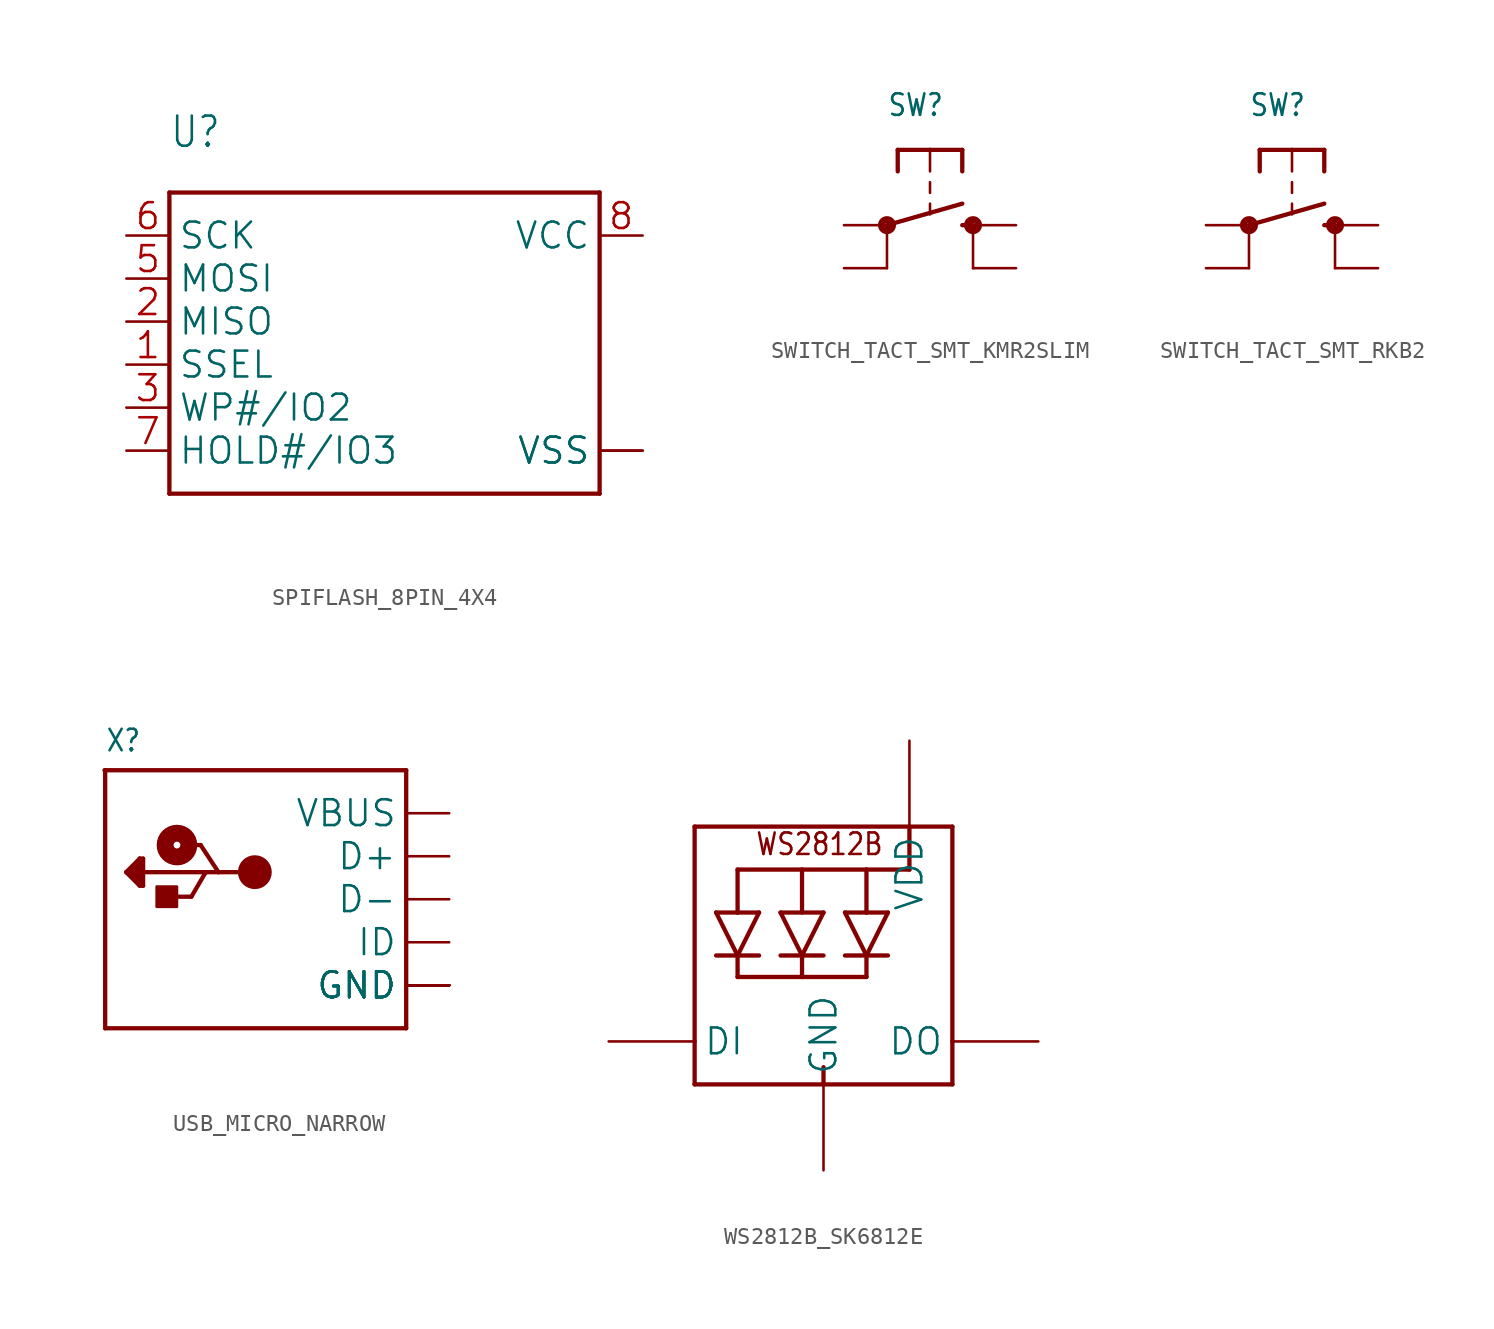
<source format=kicad_sym>
(kicad_symbol_lib
  (version 20241209)
  (generator "kicad_symbol_editor")
  (generator_version "9.0")
  (symbol "SPIFLASH_8PIN_4X4"
    (property "Reference" "U"
      (at -12.7 12.7 0)
      (effects (font (size 1.778 1.511)) (justify left bottom)))
    (property "Value" ""
      (at -12.7 -10.16 0)
      (effects (font (size 1.778 1.511)) (justify left bottom)))
    (property "ki_locked" ""
      (at 0 0 0)
      (effects (font (size 1.27 1.27))))
    (symbol "SPIFLASH_8PIN_4X4_1_0"
      (polyline (pts (xy -12.7 10.16) (xy 12.7 10.16)) (stroke (width 0.254) (type solid)) (fill (type none)))
      (polyline (pts (xy -12.7 -7.62) (xy -12.7 10.16)) (stroke (width 0.254) (type solid)) (fill (type none)))
      (polyline (pts (xy 12.7 10.16) (xy 12.7 -7.62)) (stroke (width 0.254) (type solid)) (fill (type none)))
      (polyline (pts (xy 12.7 -7.62) (xy -12.7 -7.62)) (stroke (width 0.254) (type solid)) (fill (type none)))
      (pin bidirectional line (at -15.24 7.62 0) (length 2.54) (name "SCK" (effects (font (size 1.524 1.524)))) (number "6" (effects (font (size 1.524 1.524)))))
      (pin bidirectional line (at -15.24 5.08 0) (length 2.54) (name "MOSI" (effects (font (size 1.524 1.524)))) (number "5" (effects (font (size 1.524 1.524)))))
      (pin bidirectional line (at -15.24 2.54 0) (length 2.54) (name "MISO" (effects (font (size 1.524 1.524)))) (number "2" (effects (font (size 1.524 1.524)))))
      (pin bidirectional line (at -15.24 0 0) (length 2.54) (name "SSEL" (effects (font (size 1.524 1.524)))) (number "1" (effects (font (size 1.524 1.524)))))
      (pin bidirectional line (at -15.24 -2.54 0) (length 2.54) (name "WP#/IO2" (effects (font (size 1.524 1.524)))) (number "3" (effects (font (size 1.524 1.524)))))
      (pin bidirectional line (at -15.24 -5.08 0) (length 2.54) (name "HOLD#/IO3" (effects (font (size 1.524 1.524)))) (number "7" (effects (font (size 1.524 1.524)))))
      (pin bidirectional line (at 15.24 7.62 180) (length 2.54) (name "VCC" (effects (font (size 1.524 1.524)))) (number "8" (effects (font (size 1.524 1.524)))))
      (pin bidirectional line (at 15.24 -5.08 180) (length 2.54) (name "VSS" (effects (font (size 1.524 1.524)))) (number "4" (effects (font (size 0 0)))))
      (pin bidirectional line (at 15.24 -5.08 180) (length 2.54) (name "VSS" (effects (font (size 1.524 1.524)))) (number "PAD" (effects (font (size 0 0)))))))
  (symbol "SWITCH_TACT_SMT_KMR2SLIM"
    (property "Reference" "SW"
      (at -2.54 6.35 0)
      (effects (font (size 1.27 1.079)) (justify left bottom)))
    (property "Value" ""
      (at -2.54 -5.08 0)
      (effects (font (size 1.27 1.079)) (justify left bottom)))
    (property "ki_locked" ""
      (at 0 0 0)
      (effects (font (size 1.27 1.27))))
    (symbol "SWITCH_TACT_SMT_KMR2SLIM_1_0"
      (circle (center -2.54 0) (radius 0.127) (stroke (width 0.406) (type solid)) (fill (type none)))
      (polyline (pts (xy -2.54 0) (xy 1.905 1.27)) (stroke (width 0.254) (type solid)) (fill (type none)))
      (polyline (pts (xy -2.54 -2.54) (xy -2.54 0)) (stroke (width 0.152) (type solid)) (fill (type none)))
      (polyline (pts (xy -1.905 4.445) (xy -1.905 3.175)) (stroke (width 0.254) (type solid)) (fill (type none)))
      (polyline (pts (xy 0 4.445) (xy -1.905 4.445)) (stroke (width 0.254) (type solid)) (fill (type none)))
      (polyline (pts (xy 0 4.445) (xy 0 3.175)) (stroke (width 0.152) (type solid)) (fill (type none)))
      (polyline (pts (xy 0 2.54) (xy 0 1.905)) (stroke (width 0.152) (type solid)) (fill (type none)))
      (polyline (pts (xy 0 1.27) (xy 0 0.635)) (stroke (width 0.152) (type solid)) (fill (type none)))
      (polyline (pts (xy 1.905 4.445) (xy 0 4.445)) (stroke (width 0.254) (type solid)) (fill (type none)))
      (polyline (pts (xy 1.905 4.445) (xy 1.905 3.175)) (stroke (width 0.254) (type solid)) (fill (type none)))
      (polyline (pts (xy 1.905 0) (xy 2.54 0)) (stroke (width 0.254) (type solid)) (fill (type none)))
      (circle (center 2.54 0) (radius 0.127) (stroke (width 0.406) (type solid)) (fill (type none)))
      (polyline (pts (xy 2.54 -2.54) (xy 2.54 0)) (stroke (width 0.152) (type solid)) (fill (type none)))
      (pin passive line (at -5.08 0 0) (length 2.54) (name "P" (effects (font (size 0 0)))) (number "A" (effects (font (size 0 0)))))
      (pin passive line (at -5.08 -2.54 0) (length 2.54) (name "P1" (effects (font (size 0 0)))) (number "A'" (effects (font (size 0 0)))))
      (pin passive line (at 5.08 0 180) (length 2.54) (name "S" (effects (font (size 0 0)))) (number "B" (effects (font (size 0 0)))))
      (pin passive line (at 5.08 -2.54 180) (length 2.54) (name "S1" (effects (font (size 0 0)))) (number "B'" (effects (font (size 0 0)))))))
  (symbol "SWITCH_TACT_SMT_RKB2"
    (property "Reference" "SW"
      (at -2.54 6.35 0)
      (effects (font (size 1.27 1.079)) (justify left bottom)))
    (property "Value" ""
      (at -2.54 -5.08 0)
      (effects (font (size 1.27 1.079)) (justify left bottom)))
    (property "ki_locked" ""
      (at 0 0 0)
      (effects (font (size 1.27 1.27))))
    (symbol "SWITCH_TACT_SMT_RKB2_1_0"
      (circle (center -2.54 0) (radius 0.127) (stroke (width 0.406) (type solid)) (fill (type none)))
      (polyline (pts (xy -2.54 0) (xy 1.905 1.27)) (stroke (width 0.254) (type solid)) (fill (type none)))
      (polyline (pts (xy -2.54 -2.54) (xy -2.54 0)) (stroke (width 0.152) (type solid)) (fill (type none)))
      (polyline (pts (xy -1.905 4.445) (xy -1.905 3.175)) (stroke (width 0.254) (type solid)) (fill (type none)))
      (polyline (pts (xy 0 4.445) (xy -1.905 4.445)) (stroke (width 0.254) (type solid)) (fill (type none)))
      (polyline (pts (xy 0 4.445) (xy 0 3.175)) (stroke (width 0.152) (type solid)) (fill (type none)))
      (polyline (pts (xy 0 2.54) (xy 0 1.905)) (stroke (width 0.152) (type solid)) (fill (type none)))
      (polyline (pts (xy 0 1.27) (xy 0 0.635)) (stroke (width 0.152) (type solid)) (fill (type none)))
      (polyline (pts (xy 1.905 4.445) (xy 0 4.445)) (stroke (width 0.254) (type solid)) (fill (type none)))
      (polyline (pts (xy 1.905 4.445) (xy 1.905 3.175)) (stroke (width 0.254) (type solid)) (fill (type none)))
      (polyline (pts (xy 1.905 0) (xy 2.54 0)) (stroke (width 0.254) (type solid)) (fill (type none)))
      (circle (center 2.54 0) (radius 0.127) (stroke (width 0.406) (type solid)) (fill (type none)))
      (polyline (pts (xy 2.54 -2.54) (xy 2.54 0)) (stroke (width 0.152) (type solid)) (fill (type none)))
      (pin passive line (at -5.08 0 0) (length 2.54) (name "P" (effects (font (size 0 0)))) (number "A" (effects (font (size 0 0)))))
      (pin passive line (at -5.08 -2.54 0) (length 2.54) (name "P1" (effects (font (size 0 0)))) (number "A'" (effects (font (size 0 0)))))
      (pin passive line (at 5.08 0 180) (length 2.54) (name "S" (effects (font (size 0 0)))) (number "B" (effects (font (size 0 0)))))
      (pin passive line (at 5.08 -2.54 180) (length 2.54) (name "S1" (effects (font (size 0 0)))) (number "B'" (effects (font (size 0 0)))))))
  (symbol "USB_MICRO_NARROW"
    (property "Reference" "X"
      (at -10.16 8.636 0)
      (effects (font (size 1.27 1.079)) (justify left bottom)))
    (property "Value" ""
      (at -10.16 -10.16 0)
      (effects (font (size 1.27 1.079)) (justify left bottom)))
    (property "ki_locked" ""
      (at 0 0 0)
      (effects (font (size 1.27 1.27))))
    (symbol "USB_MICRO_NARROW_1_0"
      (polyline (pts (xy -10.2 7.62) (xy -10.16 7.62)) (stroke (width 0.254) (type solid)) (fill (type none)))
      (polyline (pts (xy -10.16 7.62) (xy -10.16 -7.62)) (stroke (width 0.254) (type solid)) (fill (type none)))
      (polyline (pts (xy -10.16 7.62) (xy 7.62 7.62)) (stroke (width 0.254) (type solid)) (fill (type none)))
      (polyline (pts (xy -10.16 -7.62) (xy 7.62 -7.62)) (stroke (width 0.254) (type solid)) (fill (type none)))
      (polyline (pts (xy -8.92 1.6) (xy -8.12 2.4)) (stroke (width 0.254) (type solid)) (fill (type none)))
      (polyline (pts (xy -8.52 1.6) (xy -8.52 1.4)) (stroke (width 0.254) (type solid)) (fill (type none)))
      (polyline (pts (xy -8.52 1.4) (xy -8.32 1.2)) (stroke (width 0.254) (type solid)) (fill (type none)))
      (polyline (pts (xy -8.32 2) (xy -8.72 1.6)) (stroke (width 0.254) (type solid)) (fill (type none)))
      (polyline (pts (xy -8.32 1.2) (xy -8.32 2)) (stroke (width 0.254) (type solid)) (fill (type none)))
      (polyline (pts (xy -8.12 2.4) (xy -7.92 2.4)) (stroke (width 0.254) (type solid)) (fill (type none)))
      (polyline (pts (xy -8.12 1) (xy -8.12 2.4)) (stroke (width 0.254) (type solid)) (fill (type none)))
      (polyline (pts (xy -8.12 0.8) (xy -8.92 1.6)) (stroke (width 0.254) (type solid)) (fill (type none)))
      (polyline (pts (xy -7.92 2.4) (xy -7.92 1.6)) (stroke (width 0.254) (type solid)) (fill (type none)))
      (polyline (pts (xy -7.92 1.6) (xy -7.92 0.8)) (stroke (width 0.254) (type solid)) (fill (type none)))
      (polyline (pts (xy -7.92 0.8) (xy -8.12 0.8)) (stroke (width 0.254) (type solid)) (fill (type none)))
      (rectangle (start -7.12 -0.45) (end -5.92 0.75) (stroke (width 0) (type default)) (fill (type outline)))
      (polyline (pts (xy -6.27 0.15) (xy -5.07 0.15)) (stroke (width 0.254) (type solid)) (fill (type none)))
      (circle (center -5.92 3.2) (radius 0.2) (stroke (width 1) (type solid)) (fill (type none)))
      (polyline (pts (xy -5.52 3.2) (xy -4.52 3.2)) (stroke (width 0.254) (type solid)) (fill (type none)))
      (polyline (pts (xy -5.07 0.15) (xy -4.22 1.6)) (stroke (width 0.254) (type solid)) (fill (type none)))
      (polyline (pts (xy -4.52 3.2) (xy -3.47 1.6)) (stroke (width 0.254) (type solid)) (fill (type none)))
      (polyline (pts (xy -4.22 1.6) (xy -7.92 1.6)) (stroke (width 0.254) (type solid)) (fill (type none)))
      (polyline (pts (xy -3.47 1.6) (xy -4.22 1.6)) (stroke (width 0.254) (type solid)) (fill (type none)))
      (circle (center -1.32 1.6) (radius 0.5) (stroke (width 1) (type solid)) (fill (type none)))
      (polyline (pts (xy -1.32 1.6) (xy -3.47 1.6)) (stroke (width 0.254) (type solid)) (fill (type none)))
      (polyline (pts (xy 7.62 7.62) (xy 7.62 -7.62)) (stroke (width 0.254) (type solid)) (fill (type none)))
      (pin power_in line (at 10.16 5.08 180) (length 2.54) (name "VBUS" (effects (font (size 1.524 1.524)))) (number "VBUS" (effects (font (size 0 0)))))
      (pin bidirectional line (at 10.16 2.54 180) (length 2.54) (name "D+" (effects (font (size 1.524 1.524)))) (number "D+" (effects (font (size 0 0)))))
      (pin bidirectional line (at 10.16 0 180) (length 2.54) (name "D-" (effects (font (size 1.524 1.524)))) (number "D-" (effects (font (size 0 0)))))
      (pin bidirectional line (at 10.16 -2.54 180) (length 2.54) (name "ID" (effects (font (size 1.524 1.524)))) (number "ID" (effects (font (size 0 0)))))
      (pin power_in line (at 10.16 -5.08 180) (length 2.54) (name "GND" (effects (font (size 1.524 1.524)))) (number "BASE@1" (effects (font (size 0 0)))))
      (pin power_in line (at 10.16 -5.08 180) (length 2.54) (name "GND" (effects (font (size 1.524 1.524)))) (number "BASE@2" (effects (font (size 0 0)))))
      (pin power_in line (at 10.16 -5.08 180) (length 2.54) (name "GND" (effects (font (size 1.524 1.524)))) (number "GND" (effects (font (size 0 0)))))
      (pin power_in line (at 10.16 -5.08 180) (length 2.54) (name "GND" (effects (font (size 1.524 1.524)))) (number "SPRT@1" (effects (font (size 0 0)))))
      (pin power_in line (at 10.16 -5.08 180) (length 2.54) (name "GND" (effects (font (size 1.524 1.524)))) (number "SPRT@2" (effects (font (size 0 0)))))
      (pin power_in line (at 10.16 -5.08 180) (length 2.54) (name "GND" (effects (font (size 1.524 1.524)))) (number "SPRT@3" (effects (font (size 0 0)))))
      (pin power_in line (at 10.16 -5.08 180) (length 2.54) (name "GND" (effects (font (size 1.524 1.524)))) (number "SPRT@4" (effects (font (size 0 0)))))))
  (symbol "WS2812B_SK6812E"
    (property "Reference" "LED"
      (at 0 0 0)
      (effects (font (size 1.27 1.27)) (hide yes)))
    (property "ki_locked" ""
      (at 0 0 0)
      (effects (font (size 1.27 1.27))))
    (symbol "WS2812B_SK6812E_1_0"
      (polyline (pts (xy -7.62 10.16) (xy -7.62 -2.54)) (stroke (width 0.254) (type solid)) (fill (type none)))
      (polyline (pts (xy -7.62 -2.54) (xy -7.62 -5.08)) (stroke (width 0.254) (type solid)) (fill (type none)))
      (polyline (pts (xy -7.62 -5.08) (xy 0 -5.08)) (stroke (width 0.254) (type solid)) (fill (type none)))
      (polyline (pts (xy -6.35 5.08) (xy -5.08 5.08)) (stroke (width 0.254) (type solid)) (fill (type none)))
      (polyline (pts (xy -6.35 2.54) (xy -5.08 2.54)) (stroke (width 0.254) (type solid)) (fill (type none)))
      (polyline (pts (xy -5.08 7.62) (xy -5.08 5.08)) (stroke (width 0.254) (type solid)) (fill (type none)))
      (polyline (pts (xy -5.08 5.08) (xy -3.81 5.08)) (stroke (width 0.254) (type solid)) (fill (type none)))
      (polyline (pts (xy -5.08 2.54) (xy -6.35 5.08)) (stroke (width 0.254) (type solid)) (fill (type none)))
      (polyline (pts (xy -5.08 2.54) (xy -5.08 1.27)) (stroke (width 0.254) (type solid)) (fill (type none)))
      (polyline (pts (xy -5.08 2.54) (xy -3.81 5.08)) (stroke (width 0.254) (type solid)) (fill (type none)))
      (polyline (pts (xy -3.81 2.54) (xy -5.08 2.54)) (stroke (width 0.254) (type solid)) (fill (type none)))
      (polyline (pts (xy -2.54 5.08) (xy 0 5.08)) (stroke (width 0.254) (type solid)) (fill (type none)))
      (polyline (pts (xy -2.54 2.54) (xy -1.27 2.54)) (stroke (width 0.254) (type solid)) (fill (type none)))
      (polyline (pts (xy -1.27 7.62) (xy -5.08 7.62)) (stroke (width 0.254) (type solid)) (fill (type none)))
      (polyline (pts (xy -1.27 5.08) (xy -1.27 7.62)) (stroke (width 0.254) (type solid)) (fill (type none)))
      (polyline (pts (xy -1.27 2.54) (xy -2.54 5.08)) (stroke (width 0.254) (type solid)) (fill (type none)))
      (polyline (pts (xy -1.27 2.54) (xy -1.27 1.27)) (stroke (width 0.254) (type solid)) (fill (type none)))
      (polyline (pts (xy -1.27 2.54) (xy 0 2.54)) (stroke (width 0.254) (type solid)) (fill (type none)))
      (polyline (pts (xy -1.27 1.27) (xy -5.08 1.27)) (stroke (width 0.254) (type solid)) (fill (type none)))
      (polyline (pts (xy 0 5.08) (xy -1.27 2.54)) (stroke (width 0.254) (type solid)) (fill (type none)))
      (polyline (pts (xy 0 -4.064) (xy 0 -5.08)) (stroke (width 0.254) (type solid)) (fill (type none)))
      (polyline (pts (xy 0 -5.08) (xy 7.62 -5.08)) (stroke (width 0.254) (type solid)) (fill (type none)))
      (polyline (pts (xy 1.27 5.08) (xy 2.54 5.08)) (stroke (width 0.254) (type solid)) (fill (type none)))
      (polyline (pts (xy 1.27 5.08) (xy 2.54 2.54)) (stroke (width 0.254) (type solid)) (fill (type none)))
      (polyline (pts (xy 2.54 7.62) (xy -1.27 7.62)) (stroke (width 0.254) (type solid)) (fill (type none)))
      (polyline (pts (xy 2.54 7.62) (xy 5.08 7.62)) (stroke (width 0.254) (type solid)) (fill (type none)))
      (polyline (pts (xy 2.54 5.08) (xy 2.54 7.62)) (stroke (width 0.254) (type solid)) (fill (type none)))
      (polyline (pts (xy 2.54 2.54) (xy 1.27 2.54)) (stroke (width 0.254) (type solid)) (fill (type none)))
      (polyline (pts (xy 2.54 2.54) (xy 2.54 1.27)) (stroke (width 0.254) (type solid)) (fill (type none)))
      (polyline (pts (xy 2.54 2.54) (xy 3.81 5.08)) (stroke (width 0.254) (type solid)) (fill (type none)))
      (polyline (pts (xy 2.54 2.54) (xy 3.81 2.54)) (stroke (width 0.254) (type solid)) (fill (type none)))
      (polyline (pts (xy 2.54 1.27) (xy -1.27 1.27)) (stroke (width 0.254) (type solid)) (fill (type none)))
      (polyline (pts (xy 3.81 5.08) (xy 2.54 5.08)) (stroke (width 0.254) (type solid)) (fill (type none)))
      (polyline (pts (xy 5.08 10.16) (xy -7.62 10.16)) (stroke (width 0.254) (type solid)) (fill (type none)))
      (polyline (pts (xy 5.08 10.16) (xy 5.08 7.62)) (stroke (width 0.254) (type solid)) (fill (type none)))
      (polyline (pts (xy 7.62 10.16) (xy 5.08 10.16)) (stroke (width 0.254) (type solid)) (fill (type none)))
      (polyline (pts (xy 7.62 -2.54) (xy 7.62 10.16)) (stroke (width 0.254) (type solid)) (fill (type none)))
      (polyline (pts (xy 7.62 -5.08) (xy 7.62 -2.54)) (stroke (width 0.254) (type solid)) (fill (type none)))
      (text "WS2812B" (at -4.064 8.382 0) (effects (font (size 1.27 1.079)) (justify left bottom)))
      (pin input line (at -12.7 -2.54 0) (length 5.08) (name "DI" (effects (font (size 1.524 1.524)))) (number "4-DIN" (effects (font (size 0 0)))))
      (pin power_in line (at 0 -10.16 90) (length 5.08) (name "GND" (effects (font (size 1.524 1.524)))) (number "3-GND" (effects (font (size 0 0)))))
      (pin power_in line (at 5.08 15.24 270) (length 5.08) (name "VDD" (effects (font (size 1.524 1.524)))) (number "1-VDD" (effects (font (size 0 0)))))
      (pin output line (at 12.7 -2.54 180) (length 5.08) (name "DO" (effects (font (size 1.524 1.524)))) (number "2-DOUT" (effects (font (size 0 0))))))))
</source>
